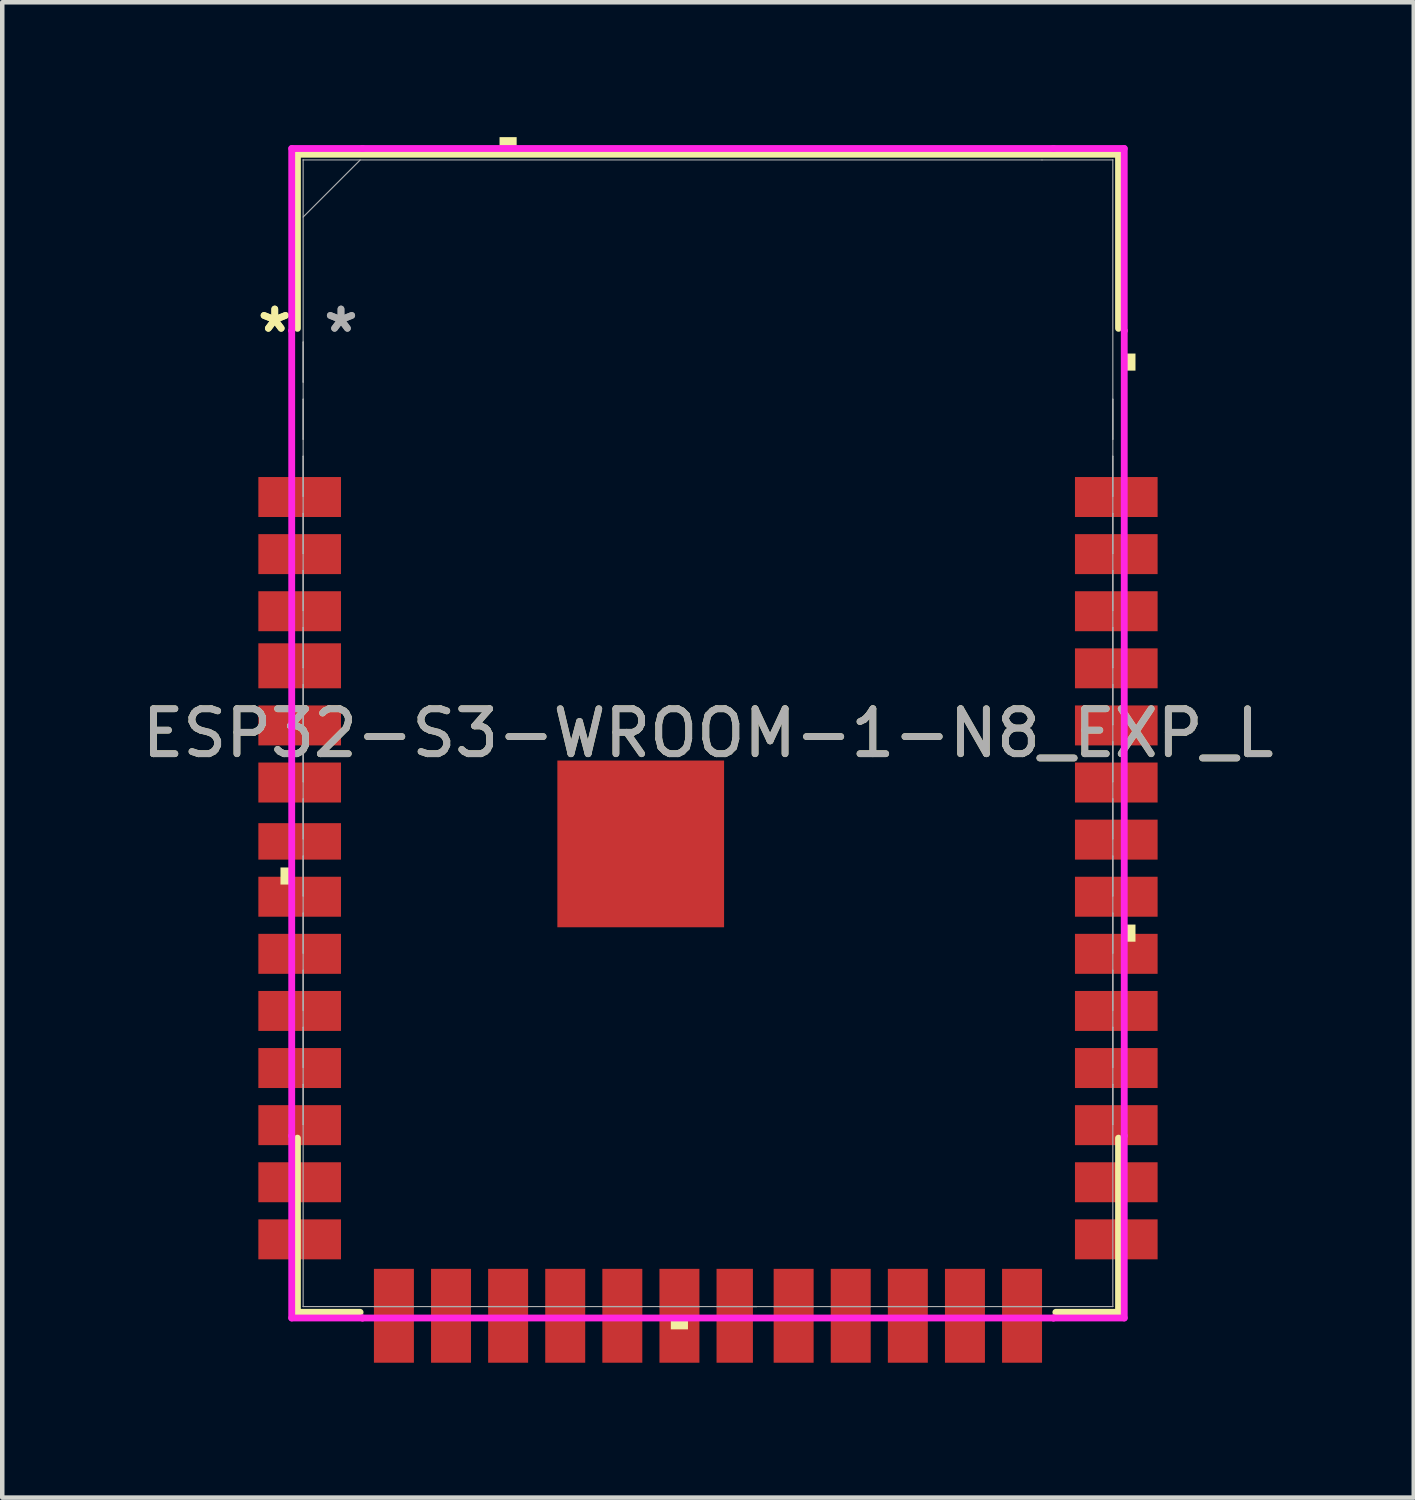
<source format=kicad_pcb>
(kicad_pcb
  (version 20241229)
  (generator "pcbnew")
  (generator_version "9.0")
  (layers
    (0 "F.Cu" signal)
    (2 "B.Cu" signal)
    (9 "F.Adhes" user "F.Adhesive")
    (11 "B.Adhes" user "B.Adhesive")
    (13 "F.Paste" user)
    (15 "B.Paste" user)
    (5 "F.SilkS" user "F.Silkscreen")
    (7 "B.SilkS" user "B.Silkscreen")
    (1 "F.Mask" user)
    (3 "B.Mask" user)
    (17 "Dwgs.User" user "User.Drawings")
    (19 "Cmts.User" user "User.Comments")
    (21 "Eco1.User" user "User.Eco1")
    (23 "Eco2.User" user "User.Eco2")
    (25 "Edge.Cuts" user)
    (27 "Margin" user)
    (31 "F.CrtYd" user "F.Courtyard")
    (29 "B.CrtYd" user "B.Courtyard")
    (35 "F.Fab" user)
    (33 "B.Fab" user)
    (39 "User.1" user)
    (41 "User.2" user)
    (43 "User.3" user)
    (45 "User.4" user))
  (footprint "ESP32-S3-WROOM-1-N8_EXP_L"
    (layer "F.Cu")
    (at 12.696 13.258)
    (property "Reference" "ESP32-S3-WROOM-1-N8_EXP_L" (at 0 0 0) (unlocked yes) (layer "F.SilkS") (effects (font (size 1 1) (thickness 0.15))))
    (attr smd)
    (fp_line (start -9.131 -12.878) (end -9.131 -9.005) (stroke (width 0.152) (type solid)) (layer "F.SilkS"))
    (fp_line (start -9.131 9.005) (end -9.131 12.878) (stroke (width 0.152) (type solid)) (layer "F.SilkS"))
    (fp_line (start -9.131 12.878) (end -7.737 12.878) (stroke (width 0.152) (type solid)) (layer "F.SilkS"))
    (fp_line (start 7.737 12.878) (end 9.131 12.878) (stroke (width 0.152) (type solid)) (layer "F.SilkS"))
    (fp_line (start 9.131 -12.878) (end -9.131 -12.878) (stroke (width 0.152) (type solid)) (layer "F.SilkS"))
    (fp_line (start 9.131 -9.005) (end 9.131 -12.878) (stroke (width 0.152) (type solid)) (layer "F.SilkS"))
    (fp_line (start 9.131 12.878) (end 9.131 9.005) (stroke (width 0.152) (type solid)) (layer "F.SilkS"))
    (fp_poly (pts (xy -9.508 2.985) (xy -9.508 3.365) (xy -9.254 3.365) (xy -9.254 2.985)) (stroke (width 0) (type solid)) (fill yes) (layer "F.SilkS"))
    (fp_poly (pts (xy -4.636 -13.004) (xy -4.636 -13.258) (xy -4.255 -13.258) (xy -4.255 -13.004)) (stroke (width 0) (type solid)) (fill yes) (layer "F.SilkS"))
    (fp_poly (pts (xy -0.826 13.004) (xy -0.826 13.258) (xy -0.445 13.258) (xy -0.445 13.004)) (stroke (width 0) (type solid)) (fill yes) (layer "F.SilkS"))
    (fp_poly (pts (xy 9.508 -8.445) (xy 9.508 -8.065) (xy 9.254 -8.065) (xy 9.254 -8.445)) (stroke (width 0) (type solid)) (fill yes) (layer "F.SilkS"))
    (fp_poly (pts (xy 9.508 4.255) (xy 9.508 4.636) (xy 9.254 4.636) (xy 9.254 4.255)) (stroke (width 0) (type solid)) (fill yes) (layer "F.SilkS"))
    (fp_poly (pts (xy -1.754 -1.754) (xy -1.754 -0.1) (xy -0.1 -0.1) (xy -0.1 -1.754)) (stroke (width 0) (type solid)) (fill yes) (layer "F.Paste"))
    (fp_poly (pts (xy -1.754 0.1) (xy -1.754 1.754) (xy -0.1 1.754) (xy -0.1 0.1)) (stroke (width 0) (type solid)) (fill yes) (layer "F.Paste"))
    (fp_poly (pts (xy 0.1 -1.754) (xy 0.1 -0.1) (xy 1.754 -0.1) (xy 1.754 -1.754)) (stroke (width 0) (type solid)) (fill yes) (layer "F.Paste"))
    (fp_poly (pts (xy 0.1 0.1) (xy 0.1 1.754) (xy 1.754 1.754) (xy 1.754 0.1)) (stroke (width 0) (type solid)) (fill yes) (layer "F.Paste"))
    (fp_line (start -9.258 -13.005) (end -7.684 -13.005) (stroke (width 0.152) (type solid)) (layer "F.CrtYd"))
    (fp_line (start -9.258 -8.954) (end -9.258 -13.005) (stroke (width 0.152) (type solid)) (layer "F.CrtYd"))
    (fp_line (start -9.258 -8.954) (end -9.258 -8.954) (stroke (width 0.152) (type solid)) (layer "F.CrtYd"))
    (fp_line (start -9.258 8.954) (end -9.258 -8.954) (stroke (width 0.152) (type solid)) (layer "F.CrtYd"))
    (fp_line (start -9.258 8.954) (end -9.258 8.954) (stroke (width 0.152) (type solid)) (layer "F.CrtYd"))
    (fp_line (start -9.258 13.005) (end -9.258 8.954) (stroke (width 0.152) (type solid)) (layer "F.CrtYd"))
    (fp_line (start -7.684 -13.005) (end -7.684 -13.005) (stroke (width 0.152) (type solid)) (layer "F.CrtYd"))
    (fp_line (start -7.684 -13.005) (end 7.684 -13.005) (stroke (width 0.152) (type solid)) (layer "F.CrtYd"))
    (fp_line (start -7.684 13.005) (end -9.258 13.005) (stroke (width 0.152) (type solid)) (layer "F.CrtYd"))
    (fp_line (start -7.684 13.005) (end -7.684 13.005) (stroke (width 0.152) (type solid)) (layer "F.CrtYd"))
    (fp_line (start 7.684 -13.005) (end 7.684 -13.005) (stroke (width 0.152) (type solid)) (layer "F.CrtYd"))
    (fp_line (start 7.684 -13.005) (end 9.258 -13.005) (stroke (width 0.152) (type solid)) (layer "F.CrtYd"))
    (fp_line (start 7.684 13.005) (end -7.684 13.005) (stroke (width 0.152) (type solid)) (layer "F.CrtYd"))
    (fp_line (start 7.684 13.005) (end 7.684 13.005) (stroke (width 0.152) (type solid)) (layer "F.CrtYd"))
    (fp_line (start 9.258 -13.005) (end 9.258 -8.954) (stroke (width 0.152) (type solid)) (layer "F.CrtYd"))
    (fp_line (start 9.258 -8.954) (end 9.258 -8.954) (stroke (width 0.152) (type solid)) (layer "F.CrtYd"))
    (fp_line (start 9.258 -8.954) (end 9.258 8.954) (stroke (width 0.152) (type solid)) (layer "F.CrtYd"))
    (fp_line (start 9.258 8.954) (end 9.258 8.954) (stroke (width 0.152) (type solid)) (layer "F.CrtYd"))
    (fp_line (start 9.258 8.954) (end 9.258 13.005) (stroke (width 0.152) (type solid)) (layer "F.CrtYd"))
    (fp_line (start 9.258 13.005) (end 7.684 13.005) (stroke (width 0.152) (type solid)) (layer "F.CrtYd"))
    (fp_line (start -9.004 -12.751) (end -9.004 -12.751) (stroke (width 0.025) (type solid)) (layer "F.Fab"))
    (fp_line (start -9.004 -12.751) (end -9.004 12.751) (stroke (width 0.025) (type solid)) (layer "F.Fab"))
    (fp_line (start -9.004 -11.481) (end -7.734 -12.751) (stroke (width 0.025) (type solid)) (layer "F.Fab"))
    (fp_line (start -9.004 -8.7) (end -9 -8.7) (stroke (width 0.025) (type solid)) (layer "F.Fab"))
    (fp_line (start -9.004 -7.811) (end -9.004 -8.7) (stroke (width 0.025) (type solid)) (layer "F.Fab"))
    (fp_line (start -9.004 -7.429) (end -9 -7.429) (stroke (width 0.025) (type solid)) (layer "F.Fab"))
    (fp_line (start -9.004 -6.54) (end -9.004 -7.429) (stroke (width 0.025) (type solid)) (layer "F.Fab"))
    (fp_line (start -9.004 -6.16) (end -9 -6.16) (stroke (width 0.025) (type solid)) (layer "F.Fab"))
    (fp_line (start -9.004 -5.271) (end -9.004 -6.16) (stroke (width 0.025) (type solid)) (layer "F.Fab"))
    (fp_line (start -9.004 -4.889) (end -9 -4.889) (stroke (width 0.025) (type solid)) (layer "F.Fab"))
    (fp_line (start -9.004 -4) (end -9.004 -4.889) (stroke (width 0.025) (type solid)) (layer "F.Fab"))
    (fp_line (start -9.004 -3.619) (end -9 -3.619) (stroke (width 0.025) (type solid)) (layer "F.Fab"))
    (fp_line (start -9.004 -2.731) (end -9.004 -3.619) (stroke (width 0.025) (type solid)) (layer "F.Fab"))
    (fp_line (start -9.004 -2.349) (end -9 -2.349) (stroke (width 0.025) (type solid)) (layer "F.Fab"))
    (fp_line (start -9.004 -1.46) (end -9.004 -2.349) (stroke (width 0.025) (type solid)) (layer "F.Fab"))
    (fp_line (start -9.004 -1.079) (end -9 -1.079) (stroke (width 0.025) (type solid)) (layer "F.Fab"))
    (fp_line (start -9.004 -0.191) (end -9.004 -1.079) (stroke (width 0.025) (type solid)) (layer "F.Fab"))
    (fp_line (start -9.004 0.191) (end -9 0.191) (stroke (width 0.025) (type solid)) (layer "F.Fab"))
    (fp_line (start -9.004 1.079) (end -9.004 0.191) (stroke (width 0.025) (type solid)) (layer "F.Fab"))
    (fp_line (start -9.004 1.46) (end -9 1.46) (stroke (width 0.025) (type solid)) (layer "F.Fab"))
    (fp_line (start -9.004 2.349) (end -9.004 1.46) (stroke (width 0.025) (type solid)) (layer "F.Fab"))
    (fp_line (start -9.004 2.731) (end -9 2.731) (stroke (width 0.025) (type solid)) (layer "F.Fab"))
    (fp_line (start -9.004 3.619) (end -9.004 2.731) (stroke (width 0.025) (type solid)) (layer "F.Fab"))
    (fp_line (start -9.004 4) (end -9 4) (stroke (width 0.025) (type solid)) (layer "F.Fab"))
    (fp_line (start -9.004 4.889) (end -9.004 4) (stroke (width 0.025) (type solid)) (layer "F.Fab"))
    (fp_line (start -9.004 5.271) (end -9 5.271) (stroke (width 0.025) (type solid)) (layer "F.Fab"))
    (fp_line (start -9.004 6.16) (end -9.004 5.271) (stroke (width 0.025) (type solid)) (layer "F.Fab"))
    (fp_line (start -9.004 6.54) (end -9 6.54) (stroke (width 0.025) (type solid)) (layer "F.Fab"))
    (fp_line (start -9.004 7.429) (end -9.004 6.54) (stroke (width 0.025) (type solid)) (layer "F.Fab"))
    (fp_line (start -9.004 7.811) (end -9 7.811) (stroke (width 0.025) (type solid)) (layer "F.Fab"))
    (fp_line (start -9.004 8.7) (end -9.004 7.811) (stroke (width 0.025) (type solid)) (layer "F.Fab"))
    (fp_line (start -9.004 12.751) (end -9.004 12.751) (stroke (width 0.025) (type solid)) (layer "F.Fab"))
    (fp_line (start -9.004 12.751) (end 9.004 12.751) (stroke (width 0.025) (type solid)) (layer "F.Fab"))
    (fp_line (start -9 -8.7) (end -9 -7.811) (stroke (width 0.025) (type solid)) (layer "F.Fab"))
    (fp_line (start -9 -7.811) (end -9.004 -7.811) (stroke (width 0.025) (type solid)) (layer "F.Fab"))
    (fp_line (start -9 -7.429) (end -9 -6.54) (stroke (width 0.025) (type solid)) (layer "F.Fab"))
    (fp_line (start -9 -6.54) (end -9.004 -6.54) (stroke (width 0.025) (type solid)) (layer "F.Fab"))
    (fp_line (start -9 -6.16) (end -9 -5.271) (stroke (width 0.025) (type solid)) (layer "F.Fab"))
    (fp_line (start -9 -5.271) (end -9.004 -5.271) (stroke (width 0.025) (type solid)) (layer "F.Fab"))
    (fp_line (start -9 -4.889) (end -9 -4) (stroke (width 0.025) (type solid)) (layer "F.Fab"))
    (fp_line (start -9 -4) (end -9.004 -4) (stroke (width 0.025) (type solid)) (layer "F.Fab"))
    (fp_line (start -9 -3.619) (end -9 -2.731) (stroke (width 0.025) (type solid)) (layer "F.Fab"))
    (fp_line (start -9 -2.731) (end -9.004 -2.731) (stroke (width 0.025) (type solid)) (layer "F.Fab"))
    (fp_line (start -9 -2.349) (end -9 -1.46) (stroke (width 0.025) (type solid)) (layer "F.Fab"))
    (fp_line (start -9 -1.46) (end -9.004 -1.46) (stroke (width 0.025) (type solid)) (layer "F.Fab"))
    (fp_line (start -9 -1.079) (end -9 -0.191) (stroke (width 0.025) (type solid)) (layer "F.Fab"))
    (fp_line (start -9 -0.191) (end -9.004 -0.191) (stroke (width 0.025) (type solid)) (layer "F.Fab"))
    (fp_line (start -9 0.191) (end -9 1.079) (stroke (width 0.025) (type solid)) (layer "F.Fab"))
    (fp_line (start -9 1.079) (end -9.004 1.079) (stroke (width 0.025) (type solid)) (layer "F.Fab"))
    (fp_line (start -9 1.46) (end -9 2.349) (stroke (width 0.025) (type solid)) (layer "F.Fab"))
    (fp_line (start -9 2.349) (end -9.004 2.349) (stroke (width 0.025) (type solid)) (layer "F.Fab"))
    (fp_line (start -9 2.731) (end -9 3.619) (stroke (width 0.025) (type solid)) (layer "F.Fab"))
    (fp_line (start -9 3.619) (end -9.004 3.619) (stroke (width 0.025) (type solid)) (layer "F.Fab"))
    (fp_line (start -9 4) (end -9 4.889) (stroke (width 0.025) (type solid)) (layer "F.Fab"))
    (fp_line (start -9 4.889) (end -9.004 4.889) (stroke (width 0.025) (type solid)) (layer "F.Fab"))
    (fp_line (start -9 5.271) (end -9 6.16) (stroke (width 0.025) (type solid)) (layer "F.Fab"))
    (fp_line (start -9 6.16) (end -9.004 6.16) (stroke (width 0.025) (type solid)) (layer "F.Fab"))
    (fp_line (start -9 6.54) (end -9 7.429) (stroke (width 0.025) (type solid)) (layer "F.Fab"))
    (fp_line (start -9 7.429) (end -9.004 7.429) (stroke (width 0.025) (type solid)) (layer "F.Fab"))
    (fp_line (start -9 7.811) (end -9 8.7) (stroke (width 0.025) (type solid)) (layer "F.Fab"))
    (fp_line (start -9 8.7) (end -9.004 8.7) (stroke (width 0.025) (type solid)) (layer "F.Fab"))
    (fp_line (start -7.429 12.75) (end -6.54 12.75) (stroke (width 0.025) (type solid)) (layer "F.Fab"))
    (fp_line (start -7.429 12.751) (end -7.429 12.75) (stroke (width 0.025) (type solid)) (layer "F.Fab"))
    (fp_line (start -6.54 12.75) (end -6.54 12.751) (stroke (width 0.025) (type solid)) (layer "F.Fab"))
    (fp_line (start -6.54 12.751) (end -7.429 12.751) (stroke (width 0.025) (type solid)) (layer "F.Fab"))
    (fp_line (start -6.16 12.75) (end -5.271 12.75) (stroke (width 0.025) (type solid)) (layer "F.Fab"))
    (fp_line (start -6.16 12.751) (end -6.16 12.75) (stroke (width 0.025) (type solid)) (layer "F.Fab"))
    (fp_line (start -5.271 12.75) (end -5.271 12.751) (stroke (width 0.025) (type solid)) (layer "F.Fab"))
    (fp_line (start -5.271 12.751) (end -6.16 12.751) (stroke (width 0.025) (type solid)) (layer "F.Fab"))
    (fp_line (start -4.889 12.75) (end -4 12.75) (stroke (width 0.025) (type solid)) (layer "F.Fab"))
    (fp_line (start -4.889 12.751) (end -4.889 12.75) (stroke (width 0.025) (type solid)) (layer "F.Fab"))
    (fp_line (start -4 12.75) (end -4 12.751) (stroke (width 0.025) (type solid)) (layer "F.Fab"))
    (fp_line (start -4 12.751) (end -4.889 12.751) (stroke (width 0.025) (type solid)) (layer "F.Fab"))
    (fp_line (start -3.619 12.75) (end -2.731 12.75) (stroke (width 0.025) (type solid)) (layer "F.Fab"))
    (fp_line (start -3.619 12.751) (end -3.619 12.75) (stroke (width 0.025) (type solid)) (layer "F.Fab"))
    (fp_line (start -2.731 12.75) (end -2.731 12.751) (stroke (width 0.025) (type solid)) (layer "F.Fab"))
    (fp_line (start -2.731 12.751) (end -3.619 12.751) (stroke (width 0.025) (type solid)) (layer "F.Fab"))
    (fp_line (start -2.349 12.75) (end -1.46 12.75) (stroke (width 0.025) (type solid)) (layer "F.Fab"))
    (fp_line (start -2.349 12.751) (end -2.349 12.75) (stroke (width 0.025) (type solid)) (layer "F.Fab"))
    (fp_line (start -1.46 12.75) (end -1.46 12.751) (stroke (width 0.025) (type solid)) (layer "F.Fab"))
    (fp_line (start -1.46 12.751) (end -2.349 12.751) (stroke (width 0.025) (type solid)) (layer "F.Fab"))
    (fp_line (start -1.079 12.75) (end -0.191 12.75) (stroke (width 0.025) (type solid)) (layer "F.Fab"))
    (fp_line (start -1.079 12.751) (end -1.079 12.75) (stroke (width 0.025) (type solid)) (layer "F.Fab"))
    (fp_line (start -0.191 12.75) (end -0.191 12.751) (stroke (width 0.025) (type solid)) (layer "F.Fab"))
    (fp_line (start -0.191 12.751) (end -1.079 12.751) (stroke (width 0.025) (type solid)) (layer "F.Fab"))
    (fp_line (start 0.191 12.75) (end 1.079 12.75) (stroke (width 0.025) (type solid)) (layer "F.Fab"))
    (fp_line (start 0.191 12.751) (end 0.191 12.75) (stroke (width 0.025) (type solid)) (layer "F.Fab"))
    (fp_line (start 1.079 12.75) (end 1.079 12.751) (stroke (width 0.025) (type solid)) (layer "F.Fab"))
    (fp_line (start 1.079 12.751) (end 0.191 12.751) (stroke (width 0.025) (type solid)) (layer "F.Fab"))
    (fp_line (start 1.46 12.75) (end 2.349 12.75) (stroke (width 0.025) (type solid)) (layer "F.Fab"))
    (fp_line (start 1.46 12.751) (end 1.46 12.75) (stroke (width 0.025) (type solid)) (layer "F.Fab"))
    (fp_line (start 2.349 12.75) (end 2.349 12.751) (stroke (width 0.025) (type solid)) (layer "F.Fab"))
    (fp_line (start 2.349 12.751) (end 1.46 12.751) (stroke (width 0.025) (type solid)) (layer "F.Fab"))
    (fp_line (start 2.731 12.75) (end 3.619 12.75) (stroke (width 0.025) (type solid)) (layer "F.Fab"))
    (fp_line (start 2.731 12.751) (end 2.731 12.75) (stroke (width 0.025) (type solid)) (layer "F.Fab"))
    (fp_line (start 3.619 12.75) (end 3.619 12.751) (stroke (width 0.025) (type solid)) (layer "F.Fab"))
    (fp_line (start 3.619 12.751) (end 2.731 12.751) (stroke (width 0.025) (type solid)) (layer "F.Fab"))
    (fp_line (start 4 12.75) (end 4.889 12.75) (stroke (width 0.025) (type solid)) (layer "F.Fab"))
    (fp_line (start 4 12.751) (end 4 12.75) (stroke (width 0.025) (type solid)) (layer "F.Fab"))
    (fp_line (start 4.889 12.75) (end 4.889 12.751) (stroke (width 0.025) (type solid)) (layer "F.Fab"))
    (fp_line (start 4.889 12.751) (end 4 12.751) (stroke (width 0.025) (type solid)) (layer "F.Fab"))
    (fp_line (start 5.271 12.75) (end 6.16 12.75) (stroke (width 0.025) (type solid)) (layer "F.Fab"))
    (fp_line (start 5.271 12.751) (end 5.271 12.75) (stroke (width 0.025) (type solid)) (layer "F.Fab"))
    (fp_line (start 6.16 12.75) (end 6.16 12.751) (stroke (width 0.025) (type solid)) (layer "F.Fab"))
    (fp_line (start 6.16 12.751) (end 5.271 12.751) (stroke (width 0.025) (type solid)) (layer "F.Fab"))
    (fp_line (start 6.54 12.75) (end 7.429 12.75) (stroke (width 0.025) (type solid)) (layer "F.Fab"))
    (fp_line (start 6.54 12.751) (end 6.54 12.75) (stroke (width 0.025) (type solid)) (layer "F.Fab"))
    (fp_line (start 7.429 -12.751) (end 7.429 -12.75) (stroke (width 0.025) (type solid)) (layer "F.Fab"))
    (fp_line (start 7.429 12.75) (end 7.429 12.751) (stroke (width 0.025) (type solid)) (layer "F.Fab"))
    (fp_line (start 7.429 12.751) (end 6.54 12.751) (stroke (width 0.025) (type solid)) (layer "F.Fab"))
    (fp_line (start 9 -7.429) (end 9.004 -7.429) (stroke (width 0.025) (type solid)) (layer "F.Fab"))
    (fp_line (start 9 -6.54) (end 9 -7.429) (stroke (width 0.025) (type solid)) (layer "F.Fab"))
    (fp_line (start 9 -6.16) (end 9.004 -6.16) (stroke (width 0.025) (type solid)) (layer "F.Fab"))
    (fp_line (start 9 -5.271) (end 9 -6.16) (stroke (width 0.025) (type solid)) (layer "F.Fab"))
    (fp_line (start 9 -4.889) (end 9.004 -4.889) (stroke (width 0.025) (type solid)) (layer "F.Fab"))
    (fp_line (start 9 -4) (end 9 -4.889) (stroke (width 0.025) (type solid)) (layer "F.Fab"))
    (fp_line (start 9 -3.619) (end 9.004 -3.619) (stroke (width 0.025) (type solid)) (layer "F.Fab"))
    (fp_line (start 9 -2.731) (end 9 -3.619) (stroke (width 0.025) (type solid)) (layer "F.Fab"))
    (fp_line (start 9 -2.349) (end 9.004 -2.349) (stroke (width 0.025) (type solid)) (layer "F.Fab"))
    (fp_line (start 9 -1.46) (end 9 -2.349) (stroke (width 0.025) (type solid)) (layer "F.Fab"))
    (fp_line (start 9 -1.079) (end 9.004 -1.079) (stroke (width 0.025) (type solid)) (layer "F.Fab"))
    (fp_line (start 9 -0.191) (end 9 -1.079) (stroke (width 0.025) (type solid)) (layer "F.Fab"))
    (fp_line (start 9 0.191) (end 9.004 0.191) (stroke (width 0.025) (type solid)) (layer "F.Fab"))
    (fp_line (start 9 1.079) (end 9 0.191) (stroke (width 0.025) (type solid)) (layer "F.Fab"))
    (fp_line (start 9 1.46) (end 9.004 1.46) (stroke (width 0.025) (type solid)) (layer "F.Fab"))
    (fp_line (start 9 2.349) (end 9 1.46) (stroke (width 0.025) (type solid)) (layer "F.Fab"))
    (fp_line (start 9 2.731) (end 9.004 2.731) (stroke (width 0.025) (type solid)) (layer "F.Fab"))
    (fp_line (start 9 3.619) (end 9 2.731) (stroke (width 0.025) (type solid)) (layer "F.Fab"))
    (fp_line (start 9 4) (end 9.004 4) (stroke (width 0.025) (type solid)) (layer "F.Fab"))
    (fp_line (start 9 4.889) (end 9 4) (stroke (width 0.025) (type solid)) (layer "F.Fab"))
    (fp_line (start 9 5.271) (end 9.004 5.271) (stroke (width 0.025) (type solid)) (layer "F.Fab"))
    (fp_line (start 9 6.16) (end 9 5.271) (stroke (width 0.025) (type solid)) (layer "F.Fab"))
    (fp_line (start 9 6.54) (end 9.004 6.54) (stroke (width 0.025) (type solid)) (layer "F.Fab"))
    (fp_line (start 9 7.429) (end 9 6.54) (stroke (width 0.025) (type solid)) (layer "F.Fab"))
    (fp_line (start 9 7.811) (end 9.004 7.811) (stroke (width 0.025) (type solid)) (layer "F.Fab"))
    (fp_line (start 9 8.7) (end 9 7.811) (stroke (width 0.025) (type solid)) (layer "F.Fab"))
    (fp_line (start 9.004 -12.751) (end -9.004 -12.751) (stroke (width 0.025) (type solid)) (layer "F.Fab"))
    (fp_line (start 9.004 -12.751) (end 9.004 -12.751) (stroke (width 0.025) (type solid)) (layer "F.Fab"))
    (fp_line (start 9.004 -7.429) (end 9.004 -6.54) (stroke (width 0.025) (type solid)) (layer "F.Fab"))
    (fp_line (start 9.004 -6.54) (end 9 -6.54) (stroke (width 0.025) (type solid)) (layer "F.Fab"))
    (fp_line (start 9.004 -6.16) (end 9.004 -5.271) (stroke (width 0.025) (type solid)) (layer "F.Fab"))
    (fp_line (start 9.004 -5.271) (end 9 -5.271) (stroke (width 0.025) (type solid)) (layer "F.Fab"))
    (fp_line (start 9.004 -4.889) (end 9.004 -4) (stroke (width 0.025) (type solid)) (layer "F.Fab"))
    (fp_line (start 9.004 -4) (end 9 -4) (stroke (width 0.025) (type solid)) (layer "F.Fab"))
    (fp_line (start 9.004 -3.619) (end 9.004 -2.731) (stroke (width 0.025) (type solid)) (layer "F.Fab"))
    (fp_line (start 9.004 -2.731) (end 9 -2.731) (stroke (width 0.025) (type solid)) (layer "F.Fab"))
    (fp_line (start 9.004 -2.349) (end 9.004 -1.46) (stroke (width 0.025) (type solid)) (layer "F.Fab"))
    (fp_line (start 9.004 -1.46) (end 9 -1.46) (stroke (width 0.025) (type solid)) (layer "F.Fab"))
    (fp_line (start 9.004 -1.079) (end 9.004 -0.191) (stroke (width 0.025) (type solid)) (layer "F.Fab"))
    (fp_line (start 9.004 -0.191) (end 9 -0.191) (stroke (width 0.025) (type solid)) (layer "F.Fab"))
    (fp_line (start 9.004 0.191) (end 9.004 1.079) (stroke (width 0.025) (type solid)) (layer "F.Fab"))
    (fp_line (start 9.004 1.079) (end 9 1.079) (stroke (width 0.025) (type solid)) (layer "F.Fab"))
    (fp_line (start 9.004 1.46) (end 9.004 2.349) (stroke (width 0.025) (type solid)) (layer "F.Fab"))
    (fp_line (start 9.004 2.349) (end 9 2.349) (stroke (width 0.025) (type solid)) (layer "F.Fab"))
    (fp_line (start 9.004 2.731) (end 9.004 3.619) (stroke (width 0.025) (type solid)) (layer "F.Fab"))
    (fp_line (start 9.004 3.619) (end 9 3.619) (stroke (width 0.025) (type solid)) (layer "F.Fab"))
    (fp_line (start 9.004 4) (end 9.004 4.889) (stroke (width 0.025) (type solid)) (layer "F.Fab"))
    (fp_line (start 9.004 4.889) (end 9 4.889) (stroke (width 0.025) (type solid)) (layer "F.Fab"))
    (fp_line (start 9.004 5.271) (end 9.004 6.16) (stroke (width 0.025) (type solid)) (layer "F.Fab"))
    (fp_line (start 9.004 6.16) (end 9 6.16) (stroke (width 0.025) (type solid)) (layer "F.Fab"))
    (fp_line (start 9.004 6.54) (end 9.004 7.429) (stroke (width 0.025) (type solid)) (layer "F.Fab"))
    (fp_line (start 9.004 7.429) (end 9 7.429) (stroke (width 0.025) (type solid)) (layer "F.Fab"))
    (fp_line (start 9.004 7.811) (end 9.004 8.7) (stroke (width 0.025) (type solid)) (layer "F.Fab"))
    (fp_line (start 9.004 8.7) (end 9 8.7) (stroke (width 0.025) (type solid)) (layer "F.Fab"))
    (fp_line (start 9.004 12.751) (end 9.004 -12.751) (stroke (width 0.025) (type solid)) (layer "F.Fab"))
    (fp_line (start 9.004 12.751) (end 9.004 12.751) (stroke (width 0.025) (type solid)) (layer "F.Fab"))
    (fp_text user "*" (at -9.635 -8.89 0) (unlocked yes) (layer "F.SilkS") (effects (font (size 1 1) (thickness 0.15))))
    (fp_text user "*" (at -9.635 -8.89 0) (layer "F.SilkS") (effects (font (size 1 1) (thickness 0.15))))
    (fp_text user "*" (at -8.162 -8.89 0) (unlocked yes) (layer "F.Fab") (effects (font (size 1 1) (thickness 0.15))))
    (fp_text user "*" (at -8.162 -8.89 0) (layer "F.Fab") (effects (font (size 1 1) (thickness 0.15))))
    (fp_text user "${REFERENCE}" (at 0 0 0) (unlocked yes) (layer "F.Fab") (effects (font (size 1 1) (thickness 0.15))))
    (pad "1" smd rect (at -9.081 -5.254 90) (size 0.889 1.838) (layers "F.Cu" "F.Mask" "F.Paste"))
    (pad "2" smd rect (at -9.081 -3.984 90) (size 0.889 1.838) (layers "F.Cu" "F.Mask" "F.Paste"))
    (pad "3" smd rect (at -9.081 -2.714 90) (size 0.889 1.838) (layers "F.Cu" "F.Mask" "F.Paste"))
    (pad "4" smd rect (at -9.081 -1.5 90) (size 1.001 1.838) (layers "F.Cu" "F.Mask" "F.Paste"))
    (pad "5" smd rect (at -9.081 -0.174 90) (size 0.889 1.838) (layers "F.Cu" "F.Mask" "F.Paste"))
    (pad "6" smd rect (at -9.081 1.096 90) (size 0.889 1.838) (layers "F.Cu" "F.Mask" "F.Paste"))
    (pad "7" smd rect (at -9.081 2.405 90) (size 0.811 1.838) (layers "F.Cu" "F.Mask" "F.Paste"))
    (pad "8" smd rect (at -9.081 3.636 90) (size 0.889 1.838) (layers "F.Cu" "F.Mask" "F.Paste"))
    (pad "9" smd rect (at -9.081 4.906 90) (size 0.889 1.838) (layers "F.Cu" "F.Mask" "F.Paste"))
    (pad "10" smd rect (at -9.081 6.176 90) (size 0.889 1.838) (layers "F.Cu" "F.Mask" "F.Paste"))
    (pad "11" smd rect (at -9.081 7.446 90) (size 0.889 1.838) (layers "F.Cu" "F.Mask" "F.Paste"))
    (pad "12" smd rect (at -9.081 8.716 90) (size 0.889 1.838) (layers "F.Cu" "F.Mask" "F.Paste"))
    (pad "13" smd rect (at -9.081 9.986 90) (size 0.889 1.838) (layers "F.Cu" "F.Mask" "F.Paste"))
    (pad "14" smd rect (at -9.081 11.256 90) (size 0.889 1.838) (layers "F.Cu" "F.Mask" "F.Paste"))
    (pad "15" smd rect (at -6.985 12.956) (size 0.889 2.088) (layers "F.Cu" "F.Mask" "F.Paste"))
    (pad "16" smd rect (at -5.715 12.956) (size 0.889 2.088) (layers "F.Cu" "F.Mask" "F.Paste"))
    (pad "17" smd rect (at -4.445 12.956) (size 0.889 2.088) (layers "F.Cu" "F.Mask" "F.Paste"))
    (pad "18" smd rect (at -3.175 12.956) (size 0.889 2.088) (layers "F.Cu" "F.Mask" "F.Paste"))
    (pad "19" smd rect (at -1.905 12.956) (size 0.889 2.088) (layers "F.Cu" "F.Mask" "F.Paste"))
    (pad "20" smd rect (at -0.635 12.956) (size 0.889 2.088) (layers "F.Cu" "F.Mask" "F.Paste"))
    (pad "21" smd rect (at 0.595 12.956) (size 0.809 2.088) (layers "F.Cu" "F.Mask" "F.Paste"))
    (pad "22" smd rect (at 1.905 12.956) (size 0.889 2.088) (layers "F.Cu" "F.Mask" "F.Paste"))
    (pad "23" smd rect (at 3.175 12.956) (size 0.889 2.088) (layers "F.Cu" "F.Mask" "F.Paste"))
    (pad "24" smd rect (at 4.445 12.956) (size 0.889 2.088) (layers "F.Cu" "F.Mask" "F.Paste"))
    (pad "25" smd rect (at 5.715 12.956) (size 0.889 2.088) (layers "F.Cu" "F.Mask" "F.Paste"))
    (pad "26" smd rect (at 6.985 12.956) (size 0.889 2.088) (layers "F.Cu" "F.Mask" "F.Paste"))
    (pad "27" smd rect (at 9.081 11.256 90) (size 0.889 1.838) (layers "F.Cu" "F.Mask" "F.Paste"))
    (pad "28" smd rect (at 9.081 9.986 90) (size 0.889 1.838) (layers "F.Cu" "F.Mask" "F.Paste"))
    (pad "29" smd rect (at 9.081 8.716 90) (size 0.889 1.838) (layers "F.Cu" "F.Mask" "F.Paste"))
    (pad "30" smd rect (at 9.081 7.446 90) (size 0.889 1.838) (layers "F.Cu" "F.Mask" "F.Paste"))
    (pad "31" smd rect (at 9.081 6.176 90) (size 0.889 1.838) (layers "F.Cu" "F.Mask" "F.Paste"))
    (pad "32" smd rect (at 9.081 4.906 90) (size 0.889 1.838) (layers "F.Cu" "F.Mask" "F.Paste"))
    (pad "33" smd rect (at 9.081 3.636 90) (size 0.889 1.838) (layers "F.Cu" "F.Mask" "F.Paste"))
    (pad "34" smd rect (at 9.081 2.366 90) (size 0.889 1.838) (layers "F.Cu" "F.Mask" "F.Paste"))
    (pad "35" smd rect (at 9.081 1.096 90) (size 0.889 1.838) (layers "F.Cu" "F.Mask" "F.Paste"))
    (pad "36" smd rect (at 9.081 -0.174 90) (size 0.889 1.838) (layers "F.Cu" "F.Mask" "F.Paste"))
    (pad "37" smd rect (at 9.081 -1.444 90) (size 0.888 1.838) (layers "F.Cu" "F.Mask" "F.Paste"))
    (pad "38" smd rect (at 9.081 -2.714 90) (size 0.889 1.838) (layers "F.Cu" "F.Mask" "F.Paste"))
    (pad "39" smd rect (at 9.081 -3.984 90) (size 0.889 1.838) (layers "F.Cu" "F.Mask" "F.Paste"))
    (pad "40" smd rect (at 9.081 -5.254 90) (size 0.889 1.838) (layers "F.Cu" "F.Mask" "F.Paste"))
    (pad "41" smd rect (at -1.496 2.461) (size 3.708 3.708) (layers "F.Cu" "F.Mask")))
  (gr_rect
    (start -3 -3)
    (end 28.393 30.258)
    (stroke (width 0.1) (type default))
    (fill no)
    (layer "Edge.Cuts")))
</source>
